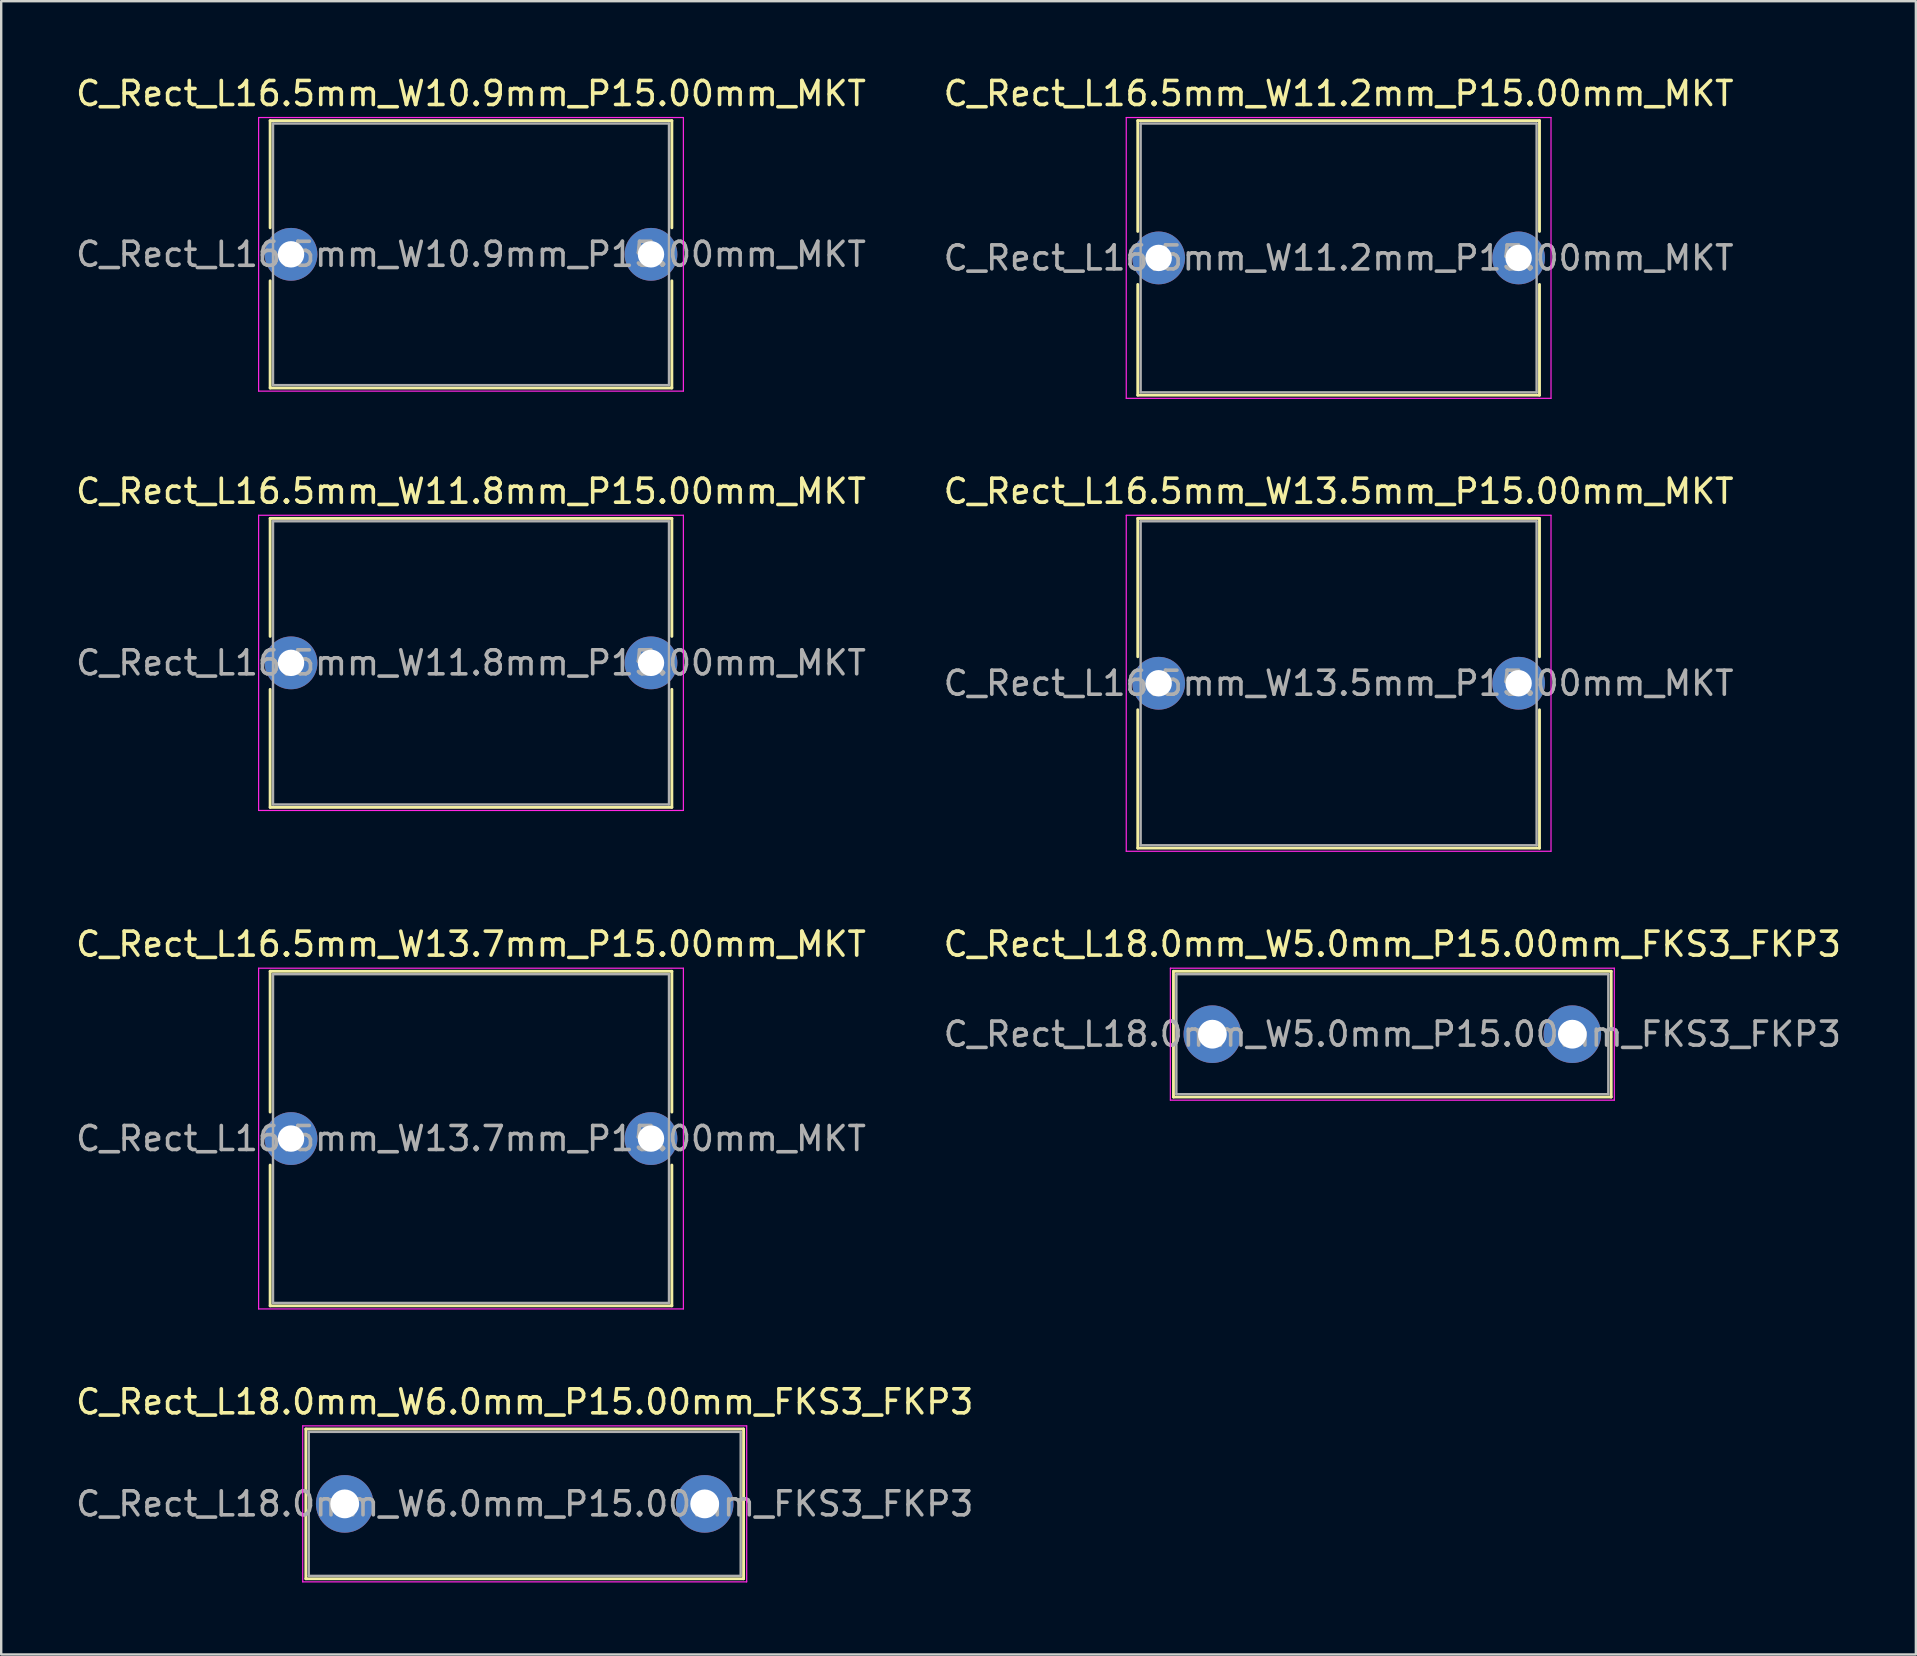
<source format=kicad_pcb>
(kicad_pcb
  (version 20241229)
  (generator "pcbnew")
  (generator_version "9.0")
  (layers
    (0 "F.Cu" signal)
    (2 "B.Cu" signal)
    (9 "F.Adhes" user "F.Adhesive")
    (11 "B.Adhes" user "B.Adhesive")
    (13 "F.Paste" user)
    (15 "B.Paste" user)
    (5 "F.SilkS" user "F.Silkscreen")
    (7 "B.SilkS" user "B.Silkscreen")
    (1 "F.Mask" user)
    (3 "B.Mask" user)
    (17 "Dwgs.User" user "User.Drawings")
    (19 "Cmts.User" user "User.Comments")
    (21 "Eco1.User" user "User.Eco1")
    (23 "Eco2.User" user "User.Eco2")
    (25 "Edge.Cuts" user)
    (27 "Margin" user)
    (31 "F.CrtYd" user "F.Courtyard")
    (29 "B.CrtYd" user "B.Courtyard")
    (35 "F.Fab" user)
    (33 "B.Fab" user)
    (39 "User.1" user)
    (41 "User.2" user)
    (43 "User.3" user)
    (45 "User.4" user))
  (footprint "C_Rect_L16.5mm_W13.5mm_P15.00mm_MKT"
    (layer "F.Cu")
    (at 45.232 25.422)
    (property "Reference" "C_Rect_L16.5mm_W13.5mm_P15.00mm_MKT" (at 7.5 -8 0) (layer "F.SilkS") (effects (font (size 1 1) (thickness 0.15))))
    (attr through_hole)
    (fp_line (start -0.87 -6.87) (end -0.87 -1.104) (stroke (width 0.12) (type solid)) (layer "F.SilkS"))
    (fp_line (start -0.87 -6.87) (end 15.87 -6.87) (stroke (width 0.12) (type solid)) (layer "F.SilkS"))
    (fp_line (start -0.87 1.104) (end -0.87 6.87) (stroke (width 0.12) (type solid)) (layer "F.SilkS"))
    (fp_line (start -0.87 6.87) (end 15.87 6.87) (stroke (width 0.12) (type solid)) (layer "F.SilkS"))
    (fp_line (start 15.87 -6.87) (end 15.87 -1.104) (stroke (width 0.12) (type solid)) (layer "F.SilkS"))
    (fp_line (start 15.87 1.104) (end 15.87 6.87) (stroke (width 0.12) (type solid)) (layer "F.SilkS"))
    (fp_line (start -1.35 -7) (end -1.35 7) (stroke (width 0.05) (type solid)) (layer "F.CrtYd"))
    (fp_line (start -1.35 7) (end 16.35 7) (stroke (width 0.05) (type solid)) (layer "F.CrtYd"))
    (fp_line (start 16.35 -7) (end -1.35 -7) (stroke (width 0.05) (type solid)) (layer "F.CrtYd"))
    (fp_line (start 16.35 7) (end 16.35 -7) (stroke (width 0.05) (type solid)) (layer "F.CrtYd"))
    (fp_line (start -0.75 -6.75) (end -0.75 6.75) (stroke (width 0.1) (type solid)) (layer "F.Fab"))
    (fp_line (start -0.75 6.75) (end 15.75 6.75) (stroke (width 0.1) (type solid)) (layer "F.Fab"))
    (fp_line (start 15.75 -6.75) (end -0.75 -6.75) (stroke (width 0.1) (type solid)) (layer "F.Fab"))
    (fp_line (start 15.75 6.75) (end 15.75 -6.75) (stroke (width 0.1) (type solid)) (layer "F.Fab"))
    (fp_text user "${REFERENCE}" (at 7.5 0 0) (layer "F.Fab") (effects (font (size 1 1) (thickness 0.15))))
    (pad "1" thru_hole circle (at 0 0) (size 2.2 2.2) (drill 1.1) (layers "*.Cu" "*.Mask"))
    (pad "2" thru_hole circle (at 15 0) (size 2.2 2.2) (drill 1.1) (layers "*.Cu" "*.Mask")))
  (footprint "C_Rect_L16.5mm_W11.2mm_P15.00mm_MKT"
    (layer "F.Cu")
    (at 45.232 7.698)
    (property "Reference" "C_Rect_L16.5mm_W11.2mm_P15.00mm_MKT" (at 7.5 -6.85 0) (layer "F.SilkS") (effects (font (size 1 1) (thickness 0.15))))
    (attr through_hole)
    (fp_line (start -0.87 -5.72) (end -0.87 -1.104) (stroke (width 0.12) (type solid)) (layer "F.SilkS"))
    (fp_line (start -0.87 -5.72) (end 15.87 -5.72) (stroke (width 0.12) (type solid)) (layer "F.SilkS"))
    (fp_line (start -0.87 1.104) (end -0.87 5.72) (stroke (width 0.12) (type solid)) (layer "F.SilkS"))
    (fp_line (start -0.87 5.72) (end 15.87 5.72) (stroke (width 0.12) (type solid)) (layer "F.SilkS"))
    (fp_line (start 15.87 -5.72) (end 15.87 -1.104) (stroke (width 0.12) (type solid)) (layer "F.SilkS"))
    (fp_line (start 15.87 1.104) (end 15.87 5.72) (stroke (width 0.12) (type solid)) (layer "F.SilkS"))
    (fp_line (start -1.35 -5.85) (end -1.35 5.85) (stroke (width 0.05) (type solid)) (layer "F.CrtYd"))
    (fp_line (start -1.35 5.85) (end 16.35 5.85) (stroke (width 0.05) (type solid)) (layer "F.CrtYd"))
    (fp_line (start 16.35 -5.85) (end -1.35 -5.85) (stroke (width 0.05) (type solid)) (layer "F.CrtYd"))
    (fp_line (start 16.35 5.85) (end 16.35 -5.85) (stroke (width 0.05) (type solid)) (layer "F.CrtYd"))
    (fp_line (start -0.75 -5.6) (end -0.75 5.6) (stroke (width 0.1) (type solid)) (layer "F.Fab"))
    (fp_line (start -0.75 5.6) (end 15.75 5.6) (stroke (width 0.1) (type solid)) (layer "F.Fab"))
    (fp_line (start 15.75 -5.6) (end -0.75 -5.6) (stroke (width 0.1) (type solid)) (layer "F.Fab"))
    (fp_line (start 15.75 5.6) (end 15.75 -5.6) (stroke (width 0.1) (type solid)) (layer "F.Fab"))
    (fp_text user "${REFERENCE}" (at 7.5 0 0) (layer "F.Fab") (effects (font (size 1 1) (thickness 0.15))))
    (pad "1" thru_hole circle (at 0 0) (size 2.2 2.2) (drill 1.1) (layers "*.Cu" "*.Mask"))
    (pad "2" thru_hole circle (at 15 0) (size 2.2 2.2) (drill 1.1) (layers "*.Cu" "*.Mask")))
  (footprint "C_Rect_L18.0mm_W6.0mm_P15.00mm_FKS3_FKP3"
    (layer "F.Cu")
    (at 11.315 59.618)
    (property "Reference" "C_Rect_L18.0mm_W6.0mm_P15.00mm_FKS3_FKP3" (at 7.5 -4.25 0) (layer "F.SilkS") (effects (font (size 1 1) (thickness 0.15))))
    (attr through_hole)
    (fp_line (start -1.62 -3.12) (end -1.62 3.12) (stroke (width 0.12) (type solid)) (layer "F.SilkS"))
    (fp_line (start -1.62 -3.12) (end 16.62 -3.12) (stroke (width 0.12) (type solid)) (layer "F.SilkS"))
    (fp_line (start -1.62 3.12) (end 16.62 3.12) (stroke (width 0.12) (type solid)) (layer "F.SilkS"))
    (fp_line (start 16.62 -3.12) (end 16.62 3.12) (stroke (width 0.12) (type solid)) (layer "F.SilkS"))
    (fp_line (start -1.75 -3.25) (end -1.75 3.25) (stroke (width 0.05) (type solid)) (layer "F.CrtYd"))
    (fp_line (start -1.75 3.25) (end 16.75 3.25) (stroke (width 0.05) (type solid)) (layer "F.CrtYd"))
    (fp_line (start 16.75 -3.25) (end -1.75 -3.25) (stroke (width 0.05) (type solid)) (layer "F.CrtYd"))
    (fp_line (start 16.75 3.25) (end 16.75 -3.25) (stroke (width 0.05) (type solid)) (layer "F.CrtYd"))
    (fp_line (start -1.5 -3) (end -1.5 3) (stroke (width 0.1) (type solid)) (layer "F.Fab"))
    (fp_line (start -1.5 3) (end 16.5 3) (stroke (width 0.1) (type solid)) (layer "F.Fab"))
    (fp_line (start 16.5 -3) (end -1.5 -3) (stroke (width 0.1) (type solid)) (layer "F.Fab"))
    (fp_line (start 16.5 3) (end 16.5 -3) (stroke (width 0.1) (type solid)) (layer "F.Fab"))
    (fp_text user "${REFERENCE}" (at 7.5 0 0) (layer "F.Fab") (effects (font (size 1 1) (thickness 0.15))))
    (pad "1" thru_hole circle (at 0 0) (size 2.4 2.4) (drill 1.2) (layers "*.Cu" "*.Mask"))
    (pad "2" thru_hole circle (at 15 0) (size 2.4 2.4) (drill 1.2) (layers "*.Cu" "*.Mask")))
  (footprint "C_Rect_L16.5mm_W10.9mm_P15.00mm_MKT"
    (layer "F.Cu")
    (at 9.077 7.548)
    (property "Reference" "C_Rect_L16.5mm_W10.9mm_P15.00mm_MKT" (at 7.5 -6.7 0) (layer "F.SilkS") (effects (font (size 1 1) (thickness 0.15))))
    (attr through_hole)
    (fp_line (start -0.87 -5.57) (end -0.87 -1.104) (stroke (width 0.12) (type solid)) (layer "F.SilkS"))
    (fp_line (start -0.87 -5.57) (end 15.87 -5.57) (stroke (width 0.12) (type solid)) (layer "F.SilkS"))
    (fp_line (start -0.87 1.104) (end -0.87 5.57) (stroke (width 0.12) (type solid)) (layer "F.SilkS"))
    (fp_line (start -0.87 5.57) (end 15.87 5.57) (stroke (width 0.12) (type solid)) (layer "F.SilkS"))
    (fp_line (start 15.87 -5.57) (end 15.87 -1.104) (stroke (width 0.12) (type solid)) (layer "F.SilkS"))
    (fp_line (start 15.87 1.104) (end 15.87 5.57) (stroke (width 0.12) (type solid)) (layer "F.SilkS"))
    (fp_line (start -1.35 -5.7) (end -1.35 5.7) (stroke (width 0.05) (type solid)) (layer "F.CrtYd"))
    (fp_line (start -1.35 5.7) (end 16.35 5.7) (stroke (width 0.05) (type solid)) (layer "F.CrtYd"))
    (fp_line (start 16.35 -5.7) (end -1.35 -5.7) (stroke (width 0.05) (type solid)) (layer "F.CrtYd"))
    (fp_line (start 16.35 5.7) (end 16.35 -5.7) (stroke (width 0.05) (type solid)) (layer "F.CrtYd"))
    (fp_line (start -0.75 -5.45) (end -0.75 5.45) (stroke (width 0.1) (type solid)) (layer "F.Fab"))
    (fp_line (start -0.75 5.45) (end 15.75 5.45) (stroke (width 0.1) (type solid)) (layer "F.Fab"))
    (fp_line (start 15.75 -5.45) (end -0.75 -5.45) (stroke (width 0.1) (type solid)) (layer "F.Fab"))
    (fp_line (start 15.75 5.45) (end 15.75 -5.45) (stroke (width 0.1) (type solid)) (layer "F.Fab"))
    (fp_text user "${REFERENCE}" (at 7.5 0 0) (layer "F.Fab") (effects (font (size 1 1) (thickness 0.15))))
    (pad "1" thru_hole circle (at 0 0) (size 2.2 2.2) (drill 1.1) (layers "*.Cu" "*.Mask"))
    (pad "2" thru_hole circle (at 15 0) (size 2.2 2.2) (drill 1.1) (layers "*.Cu" "*.Mask")))
  (footprint "C_Rect_L16.5mm_W13.7mm_P15.00mm_MKT"
    (layer "F.Cu")
    (at 9.077 44.395)
    (property "Reference" "C_Rect_L16.5mm_W13.7mm_P15.00mm_MKT" (at 7.5 -8.1 0) (layer "F.SilkS") (effects (font (size 1 1) (thickness 0.15))))
    (attr through_hole)
    (fp_line (start -0.87 -6.97) (end -0.87 -1.104) (stroke (width 0.12) (type solid)) (layer "F.SilkS"))
    (fp_line (start -0.87 -6.97) (end 15.87 -6.97) (stroke (width 0.12) (type solid)) (layer "F.SilkS"))
    (fp_line (start -0.87 1.104) (end -0.87 6.97) (stroke (width 0.12) (type solid)) (layer "F.SilkS"))
    (fp_line (start -0.87 6.97) (end 15.87 6.97) (stroke (width 0.12) (type solid)) (layer "F.SilkS"))
    (fp_line (start 15.87 -6.97) (end 15.87 -1.104) (stroke (width 0.12) (type solid)) (layer "F.SilkS"))
    (fp_line (start 15.87 1.104) (end 15.87 6.97) (stroke (width 0.12) (type solid)) (layer "F.SilkS"))
    (fp_line (start -1.35 -7.1) (end -1.35 7.1) (stroke (width 0.05) (type solid)) (layer "F.CrtYd"))
    (fp_line (start -1.35 7.1) (end 16.35 7.1) (stroke (width 0.05) (type solid)) (layer "F.CrtYd"))
    (fp_line (start 16.35 -7.1) (end -1.35 -7.1) (stroke (width 0.05) (type solid)) (layer "F.CrtYd"))
    (fp_line (start 16.35 7.1) (end 16.35 -7.1) (stroke (width 0.05) (type solid)) (layer "F.CrtYd"))
    (fp_line (start -0.75 -6.85) (end -0.75 6.85) (stroke (width 0.1) (type solid)) (layer "F.Fab"))
    (fp_line (start -0.75 6.85) (end 15.75 6.85) (stroke (width 0.1) (type solid)) (layer "F.Fab"))
    (fp_line (start 15.75 -6.85) (end -0.75 -6.85) (stroke (width 0.1) (type solid)) (layer "F.Fab"))
    (fp_line (start 15.75 6.85) (end 15.75 -6.85) (stroke (width 0.1) (type solid)) (layer "F.Fab"))
    (fp_text user "${REFERENCE}" (at 7.5 0 0) (layer "F.Fab") (effects (font (size 1 1) (thickness 0.15))))
    (pad "1" thru_hole circle (at 0 0) (size 2.2 2.2) (drill 1.1) (layers "*.Cu" "*.Mask"))
    (pad "2" thru_hole circle (at 15 0) (size 2.2 2.2) (drill 1.1) (layers "*.Cu" "*.Mask")))
  (footprint "C_Rect_L18.0mm_W5.0mm_P15.00mm_FKS3_FKP3"
    (layer "F.Cu")
    (at 47.47 40.045)
    (property "Reference" "C_Rect_L18.0mm_W5.0mm_P15.00mm_FKS3_FKP3" (at 7.5 -3.75 0) (layer "F.SilkS") (effects (font (size 1 1) (thickness 0.15))))
    (attr through_hole)
    (fp_line (start -1.62 -2.62) (end -1.62 2.62) (stroke (width 0.12) (type solid)) (layer "F.SilkS"))
    (fp_line (start -1.62 -2.62) (end 16.62 -2.62) (stroke (width 0.12) (type solid)) (layer "F.SilkS"))
    (fp_line (start -1.62 2.62) (end 16.62 2.62) (stroke (width 0.12) (type solid)) (layer "F.SilkS"))
    (fp_line (start 16.62 -2.62) (end 16.62 2.62) (stroke (width 0.12) (type solid)) (layer "F.SilkS"))
    (fp_line (start -1.75 -2.75) (end -1.75 2.75) (stroke (width 0.05) (type solid)) (layer "F.CrtYd"))
    (fp_line (start -1.75 2.75) (end 16.75 2.75) (stroke (width 0.05) (type solid)) (layer "F.CrtYd"))
    (fp_line (start 16.75 -2.75) (end -1.75 -2.75) (stroke (width 0.05) (type solid)) (layer "F.CrtYd"))
    (fp_line (start 16.75 2.75) (end 16.75 -2.75) (stroke (width 0.05) (type solid)) (layer "F.CrtYd"))
    (fp_line (start -1.5 -2.5) (end -1.5 2.5) (stroke (width 0.1) (type solid)) (layer "F.Fab"))
    (fp_line (start -1.5 2.5) (end 16.5 2.5) (stroke (width 0.1) (type solid)) (layer "F.Fab"))
    (fp_line (start 16.5 -2.5) (end -1.5 -2.5) (stroke (width 0.1) (type solid)) (layer "F.Fab"))
    (fp_line (start 16.5 2.5) (end 16.5 -2.5) (stroke (width 0.1) (type solid)) (layer "F.Fab"))
    (fp_text user "${REFERENCE}" (at 7.5 0 0) (layer "F.Fab") (effects (font (size 1 1) (thickness 0.15))))
    (pad "1" thru_hole circle (at 0 0) (size 2.4 2.4) (drill 1.2) (layers "*.Cu" "*.Mask"))
    (pad "2" thru_hole circle (at 15 0) (size 2.4 2.4) (drill 1.2) (layers "*.Cu" "*.Mask")))
  (footprint "C_Rect_L16.5mm_W11.8mm_P15.00mm_MKT"
    (layer "F.Cu")
    (at 9.077 24.572)
    (property "Reference" "C_Rect_L16.5mm_W11.8mm_P15.00mm_MKT" (at 7.5 -7.15 0) (layer "F.SilkS") (effects (font (size 1 1) (thickness 0.15))))
    (attr through_hole)
    (fp_line (start -0.87 -6.02) (end -0.87 -1.104) (stroke (width 0.12) (type solid)) (layer "F.SilkS"))
    (fp_line (start -0.87 -6.02) (end 15.87 -6.02) (stroke (width 0.12) (type solid)) (layer "F.SilkS"))
    (fp_line (start -0.87 1.104) (end -0.87 6.02) (stroke (width 0.12) (type solid)) (layer "F.SilkS"))
    (fp_line (start -0.87 6.02) (end 15.87 6.02) (stroke (width 0.12) (type solid)) (layer "F.SilkS"))
    (fp_line (start 15.87 -6.02) (end 15.87 -1.104) (stroke (width 0.12) (type solid)) (layer "F.SilkS"))
    (fp_line (start 15.87 1.104) (end 15.87 6.02) (stroke (width 0.12) (type solid)) (layer "F.SilkS"))
    (fp_line (start -1.35 -6.15) (end -1.35 6.15) (stroke (width 0.05) (type solid)) (layer "F.CrtYd"))
    (fp_line (start -1.35 6.15) (end 16.35 6.15) (stroke (width 0.05) (type solid)) (layer "F.CrtYd"))
    (fp_line (start 16.35 -6.15) (end -1.35 -6.15) (stroke (width 0.05) (type solid)) (layer "F.CrtYd"))
    (fp_line (start 16.35 6.15) (end 16.35 -6.15) (stroke (width 0.05) (type solid)) (layer "F.CrtYd"))
    (fp_line (start -0.75 -5.9) (end -0.75 5.9) (stroke (width 0.1) (type solid)) (layer "F.Fab"))
    (fp_line (start -0.75 5.9) (end 15.75 5.9) (stroke (width 0.1) (type solid)) (layer "F.Fab"))
    (fp_line (start 15.75 -5.9) (end -0.75 -5.9) (stroke (width 0.1) (type solid)) (layer "F.Fab"))
    (fp_line (start 15.75 5.9) (end 15.75 -5.9) (stroke (width 0.1) (type solid)) (layer "F.Fab"))
    (fp_text user "${REFERENCE}" (at 7.5 0 0) (layer "F.Fab") (effects (font (size 1 1) (thickness 0.15))))
    (pad "1" thru_hole circle (at 0 0) (size 2.2 2.2) (drill 1.1) (layers "*.Cu" "*.Mask"))
    (pad "2" thru_hole circle (at 15 0) (size 2.2 2.2) (drill 1.1) (layers "*.Cu" "*.Mask")))
  (gr_rect
    (start -3 -3)
    (end 76.786 65.893)
    (stroke (width 0.1) (type default))
    (fill no)
    (layer "Edge.Cuts")))
</source>
